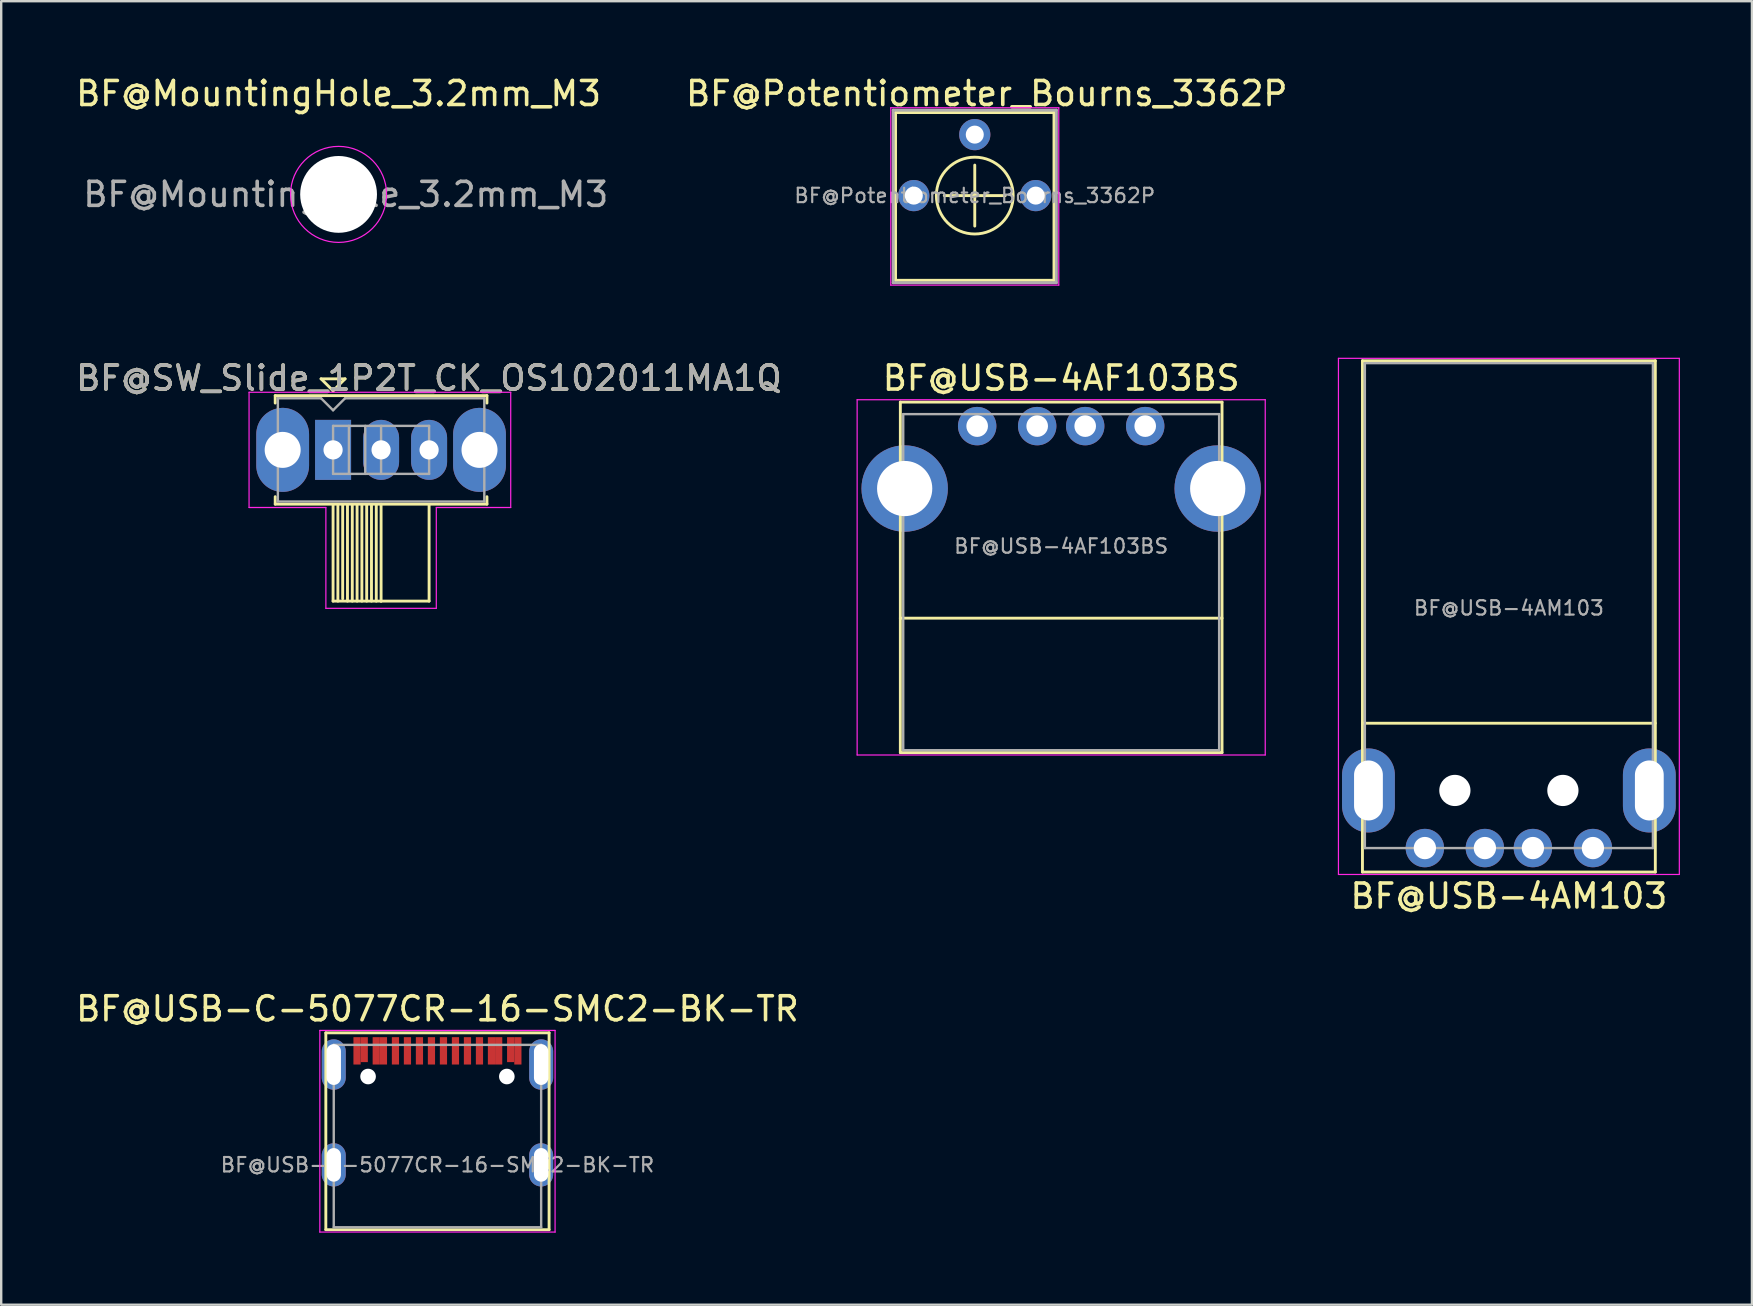
<source format=kicad_pcb>
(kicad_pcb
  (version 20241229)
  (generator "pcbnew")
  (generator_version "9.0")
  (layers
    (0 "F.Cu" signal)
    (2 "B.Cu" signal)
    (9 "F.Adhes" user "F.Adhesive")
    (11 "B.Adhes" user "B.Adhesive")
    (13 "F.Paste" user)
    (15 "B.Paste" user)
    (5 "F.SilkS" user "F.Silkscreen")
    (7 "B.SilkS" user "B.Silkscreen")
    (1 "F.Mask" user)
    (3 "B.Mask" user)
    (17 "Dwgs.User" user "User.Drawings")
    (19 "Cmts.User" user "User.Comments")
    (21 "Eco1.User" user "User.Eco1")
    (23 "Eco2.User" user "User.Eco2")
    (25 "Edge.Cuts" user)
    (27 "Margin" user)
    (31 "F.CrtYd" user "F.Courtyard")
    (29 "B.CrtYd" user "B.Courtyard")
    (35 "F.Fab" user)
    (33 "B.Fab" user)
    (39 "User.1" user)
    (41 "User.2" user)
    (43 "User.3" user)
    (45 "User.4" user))
  (footprint "BF@USB-4AF103BS"
    (layer "F.Cu")
    (at 41.156 14.701)
    (property "Reference" "BF@USB-4AF103BS" (at 0 -2 180) (layer "F.SilkS") (effects (font (size 1 1) (thickness 0.15))))
    (attr through_hole)
    (fp_line (start -6.7 -1) (end -6.7 13.6) (stroke (width 0.12) (type solid)) (layer "F.SilkS"))
    (fp_line (start -6.7 -1) (end 6.7 -1) (stroke (width 0.12) (type solid)) (layer "F.SilkS"))
    (fp_line (start -6.7 8) (end 6.7 8) (stroke (width 0.12) (type solid)) (layer "F.SilkS"))
    (fp_line (start -6.7 13.6) (end 6.7 13.6) (stroke (width 0.12) (type solid)) (layer "F.SilkS"))
    (fp_line (start 6.7 -1) (end 6.7 13.6) (stroke (width 0.12) (type solid)) (layer "F.SilkS"))
    (fp_line (start -8.5 -1.1) (end -8.5 13.7) (stroke (width 0.05) (type solid)) (layer "F.CrtYd"))
    (fp_line (start -8.5 -1.1) (end 8.5 -1.1) (stroke (width 0.05) (type solid)) (layer "F.CrtYd"))
    (fp_line (start -8.5 13.7) (end 8.5 13.7) (stroke (width 0.05) (type solid)) (layer "F.CrtYd"))
    (fp_line (start 8.5 -1.1) (end 8.5 13.7) (stroke (width 0.05) (type solid)) (layer "F.CrtYd"))
    (fp_line (start -6.58 -0.5) (end -6.58 13.5) (stroke (width 0.1) (type solid)) (layer "F.Fab"))
    (fp_line (start -6.58 -0.5) (end 6.58 -0.5) (stroke (width 0.1) (type solid)) (layer "F.Fab"))
    (fp_line (start -6.58 13.5) (end 6.58 13.5) (stroke (width 0.1) (type solid)) (layer "F.Fab"))
    (fp_line (start 6.58 -0.5) (end 6.58 13.5) (stroke (width 0.1) (type solid)) (layer "F.Fab"))
    (fp_text user "${REFERENCE}" (at 0 5 180) (layer "F.Fab") (effects (font (size 0.6 0.6) (thickness 0.09))))
    (pad "1" thru_hole circle (at -3.5 0) (size 1.6 1.6) (drill 0.9) (layers "*.Cu" "*.Mask"))
    (pad "2" thru_hole circle (at -1 0) (size 1.6 1.6) (drill 0.9) (layers "*.Cu" "*.Mask"))
    (pad "3" thru_hole circle (at 1 0) (size 1.6 1.6) (drill 0.9) (layers "*.Cu" "*.Mask"))
    (pad "4" thru_hole circle (at 3.5 0) (size 1.6 1.6) (drill 0.9) (layers "*.Cu" "*.Mask"))
    (pad "5" thru_hole circle (at -6.52 2.6) (size 3.6 3.6) (drill 2.3) (layers "*.Cu" "*.Mask"))
    (pad "5" thru_hole circle (at 6.52 2.6) (size 3.6 3.6) (drill 2.3) (layers "*.Cu" "*.Mask")))
  (footprint "BF@MountingHole_3.2mm_M3"
    (layer "F.Cu")
    (at 11.054 5.048)
    (property "Reference" "BF@MountingHole_3.2mm_M3" (at 0 -4.2 0) (layer "F.SilkS") (effects (font (size 1 1) (thickness 0.15))))
    (attr exclude_from_pos_files exclude_from_bom)
    (fp_circle (center 0 0) (end 2 0) (stroke (width 0.05) (type solid)) (fill no) (layer "F.CrtYd"))
    (fp_text user "${REFERENCE}" (at 0.3 0 0) (layer "F.Fab") (effects (font (size 1 1) (thickness 0.15))))
    (pad "" np_thru_hole circle (at 0 0) (size 3.2 3.2) (drill 3.2) (layers "*.Cu" "*.Mask")))
  (footprint "BF@USB-C-5077CR-16-SMC2-BK-TR"
    (layer "F.Cu")
    (at 15.173 45.475)
    (property "Reference" "BF@USB-C-5077CR-16-SMC2-BK-TR" (at 0 -6.5 0) (layer "F.SilkS") (effects (font (size 1 1) (thickness 0.15))))
    (attr through_hole)
    (fp_line (start -4.65 -5.5) (end 4.65 -5.5) (stroke (width 0.12) (type solid)) (layer "F.SilkS"))
    (fp_line (start -4.65 2.7) (end -4.65 -5.5) (stroke (width 0.12) (type solid)) (layer "F.SilkS"))
    (fp_line (start 4.65 -5.5) (end 4.65 2.7) (stroke (width 0.12) (type solid)) (layer "F.SilkS"))
    (fp_line (start 4.65 2.7) (end -4.65 2.7) (stroke (width 0.12) (type solid)) (layer "F.SilkS"))
    (fp_line (start -4.9 -5.6) (end -4.9 2.8) (stroke (width 0.05) (type solid)) (layer "F.CrtYd"))
    (fp_line (start -4.9 -5.6) (end 4.9 -5.6) (stroke (width 0.05) (type solid)) (layer "F.CrtYd"))
    (fp_line (start 4.9 -5.6) (end 4.9 2.8) (stroke (width 0.05) (type solid)) (layer "F.CrtYd"))
    (fp_line (start 4.9 2.8) (end -4.9 2.8) (stroke (width 0.05) (type solid)) (layer "F.CrtYd"))
    (fp_line (start -4.32 -5) (end -4.32 2.6) (stroke (width 0.1) (type solid)) (layer "F.Fab"))
    (fp_line (start -4.32 -5) (end 4.32 -5) (stroke (width 0.1) (type solid)) (layer "F.Fab"))
    (fp_line (start 4.32 -5) (end 4.32 2.6) (stroke (width 0.1) (type solid)) (layer "F.Fab"))
    (fp_line (start 4.32 2.6) (end -4.32 2.6) (stroke (width 0.1) (type solid)) (layer "F.Fab"))
    (fp_text user "${REFERENCE}" (at 0 0 0) (layer "F.Fab") (effects (font (size 0.6 0.6) (thickness 0.09))))
    (pad "" np_thru_hole circle (at -2.89 -3.68) (size 0.65 0.65) (drill 0.65) (layers "*.Cu" "*.Mask"))
    (pad "" np_thru_hole circle (at 2.89 -3.68) (size 0.65 0.65) (drill 0.65) (layers "*.Cu" "*.Mask"))
    (pad "A1" smd rect (at -3.35 -4.75) (size 0.3 1.14) (layers "F.Cu" "F.Mask" "F.Paste"))
    (pad "A4" smd rect (at -2.55 -4.75) (size 0.3 1.14) (layers "F.Cu" "F.Mask" "F.Paste"))
    (pad "A5" smd rect (at -1.25 -4.75) (size 0.3 1.14) (layers "F.Cu" "F.Mask" "F.Paste"))
    (pad "A6" smd rect (at -0.25 -4.75) (size 0.3 1.14) (layers "F.Cu" "F.Mask" "F.Paste"))
    (pad "A7" smd rect (at 0.25 -4.75) (size 0.3 1.14) (layers "F.Cu" "F.Mask" "F.Paste"))
    (pad "A8" smd rect (at 1.25 -4.75) (size 0.3 1.14) (layers "F.Cu" "F.Mask" "F.Paste"))
    (pad "A9" smd rect (at 2.55 -4.75) (size 0.3 1.14) (layers "F.Cu" "F.Mask" "F.Paste"))
    (pad "A12" smd rect (at 3.35 -4.75) (size 0.3 1.14) (layers "F.Cu" "F.Mask" "F.Paste"))
    (pad "B1" smd rect (at 3.05 -4.8) (size 0.3 1.04) (layers "F.Cu" "F.Mask" "F.Paste"))
    (pad "B4" smd rect (at 2.25 -4.75) (size 0.3 1.14) (layers "F.Cu" "F.Mask" "F.Paste"))
    (pad "B5" smd rect (at 1.75 -4.75) (size 0.3 1.14) (layers "F.Cu" "F.Mask" "F.Paste"))
    (pad "B6" smd rect (at 0.75 -4.75) (size 0.3 1.14) (layers "F.Cu" "F.Mask" "F.Paste"))
    (pad "B7" smd rect (at -0.75 -4.75) (size 0.3 1.14) (layers "F.Cu" "F.Mask" "F.Paste"))
    (pad "B8" smd rect (at -1.75 -4.75) (size 0.3 1.14) (layers "F.Cu" "F.Mask" "F.Paste"))
    (pad "B9" smd rect (at -2.25 -4.75) (size 0.3 1.14) (layers "F.Cu" "F.Mask" "F.Paste"))
    (pad "B12" smd rect (at -3.05 -4.8) (size 0.3 1.04) (layers "F.Cu" "F.Mask" "F.Paste"))
    (pad "S1" thru_hole oval (at -4.32 -4.18) (size 1 2.1) (drill oval 0.6 1.7) (layers "*.Cu" "*.Mask"))
    (pad "S1" thru_hole oval (at -4.32 0) (size 1 1.8) (drill oval 0.6 1.4) (layers "*.Cu" "*.Mask"))
    (pad "S1" thru_hole oval (at 4.32 -4.18) (size 1 2.1) (drill oval 0.6 1.7) (layers "*.Cu" "*.Mask"))
    (pad "S1" thru_hole oval (at 4.32 0) (size 1 1.8) (drill oval 0.6 1.4) (layers "*.Cu" "*.Mask")))
  (footprint "BF@USB-4AM103"
    (layer "F.Cu")
    (at 59.806 32.278)
    (property "Reference" "BF@USB-4AM103" (at 0 2 180) (layer "F.SilkS") (effects (font (size 1 1) (thickness 0.15))))
    (attr through_hole)
    (fp_line (start -6.1 -20.3) (end -6.1 1) (stroke (width 0.12) (type solid)) (layer "F.SilkS"))
    (fp_line (start -6.1 -20.3) (end 6.1 -20.3) (stroke (width 0.12) (type solid)) (layer "F.SilkS"))
    (fp_line (start -6.1 -5.2) (end 6.1 -5.2) (stroke (width 0.12) (type solid)) (layer "F.SilkS"))
    (fp_line (start -6.1 1) (end 6.1 1) (stroke (width 0.12) (type solid)) (layer "F.SilkS"))
    (fp_line (start 6.1 -20.3) (end 6.1 1) (stroke (width 0.12) (type solid)) (layer "F.SilkS"))
    (fp_line (start -7.1 -20.4) (end -7.1 1.1) (stroke (width 0.05) (type solid)) (layer "F.CrtYd"))
    (fp_line (start -7.1 -20.4) (end 7.1 -20.4) (stroke (width 0.05) (type solid)) (layer "F.CrtYd"))
    (fp_line (start -7.1 1.1) (end 7.1 1.1) (stroke (width 0.05) (type solid)) (layer "F.CrtYd"))
    (fp_line (start 7.1 -20.4) (end 7.1 1.1) (stroke (width 0.05) (type solid)) (layer "F.CrtYd"))
    (fp_line (start -6 -20.2) (end -6 0) (stroke (width 0.1) (type solid)) (layer "F.Fab"))
    (fp_line (start -6 -20.2) (end 6 -20.2) (stroke (width 0.1) (type solid)) (layer "F.Fab"))
    (fp_line (start -6 0) (end 6 0) (stroke (width 0.1) (type solid)) (layer "F.Fab"))
    (fp_line (start 6 -20.2) (end 6 0) (stroke (width 0.1) (type solid)) (layer "F.Fab"))
    (fp_text user "${REFERENCE}" (at 0 -10 180) (layer "F.Fab") (effects (font (size 0.6 0.6) (thickness 0.09))))
    (pad "" np_thru_hole circle (at -2.25 -2.4) (size 1.3 1.3) (drill 1.3) (layers "*.Cu" "*.Mask"))
    (pad "" np_thru_hole circle (at 2.25 -2.4) (size 1.3 1.3) (drill 1.3) (layers "*.Cu" "*.Mask"))
    (pad "1" thru_hole circle (at -3.5 0) (size 1.6 1.6) (drill 0.93) (layers "*.Cu" "*.Mask"))
    (pad "2" thru_hole circle (at -1 0) (size 1.6 1.6) (drill 0.93) (layers "*.Cu" "*.Mask"))
    (pad "3" thru_hole circle (at 1 0) (size 1.6 1.6) (drill 0.93) (layers "*.Cu" "*.Mask"))
    (pad "4" thru_hole circle (at 3.5 0) (size 1.6 1.6) (drill 0.93) (layers "*.Cu" "*.Mask"))
    (pad "5" thru_hole oval (at -5.85 -2.4) (size 2.2 3.5) (drill oval 1.2 2.5) (layers "*.Cu" "*.Mask"))
    (pad "5" thru_hole oval (at 5.85 -2.4) (size 2.2 3.5) (drill oval 1.2 2.5) (layers "*.Cu" "*.Mask")))
  (footprint "BF@Potentiometer_Bourns_3362P"
    (layer "F.Cu")
    (at 37.556 5.098)
    (property "Reference" "BF@Potentiometer_Bourns_3362P" (at 0.5 -4.25 0) (layer "F.SilkS") (effects (font (size 1 1) (thickness 0.15))))
    (attr through_hole)
    (fp_line (start -3.3 -3.46) (end -3.3 3.53) (stroke (width 0.12) (type solid)) (layer "F.SilkS"))
    (fp_line (start -3.3 -3.46) (end 3.3 -3.46) (stroke (width 0.12) (type solid)) (layer "F.SilkS"))
    (fp_line (start -1.27 0) (end 1.27 0) (stroke (width 0.12) (type solid)) (layer "F.SilkS"))
    (fp_line (start 0 -1.27) (end 0 1.27) (stroke (width 0.12) (type solid)) (layer "F.SilkS"))
    (fp_line (start 3.3 3.53) (end -3.3 3.53) (stroke (width 0.12) (type solid)) (layer "F.SilkS"))
    (fp_line (start 3.3 3.53) (end 3.3 -3.46) (stroke (width 0.12) (type solid)) (layer "F.SilkS"))
    (fp_circle (center 0 0) (end 1.6 0) (stroke (width 0.12) (type solid)) (fill no) (layer "F.SilkS"))
    (fp_line (start -3.5 -3.66) (end 3.5 -3.66) (stroke (width 0.05) (type solid)) (layer "F.CrtYd"))
    (fp_line (start -3.5 3.73) (end -3.5 -3.66) (stroke (width 0.05) (type solid)) (layer "F.CrtYd"))
    (fp_line (start 3.5 -3.66) (end 3.5 3.73) (stroke (width 0.05) (type solid)) (layer "F.CrtYd"))
    (fp_line (start 3.5 3.73) (end -3.5 3.73) (stroke (width 0.05) (type solid)) (layer "F.CrtYd"))
    (fp_line (start -3.4 -3.56) (end 3.4 -3.56) (stroke (width 0.12) (type solid)) (layer "F.Fab"))
    (fp_line (start -3.4 3.63) (end -3.4 -3.56) (stroke (width 0.12) (type solid)) (layer "F.Fab"))
    (fp_line (start 3.4 -3.56) (end 3.4 3.63) (stroke (width 0.12) (type solid)) (layer "F.Fab"))
    (fp_line (start 3.4 3.63) (end -3.4 3.63) (stroke (width 0.12) (type solid)) (layer "F.Fab"))
    (fp_text user "${REFERENCE}" (at 0 0 0) (layer "F.Fab") (effects (font (size 0.6 0.6) (thickness 0.09))))
    (pad "1" thru_hole circle (at -2.54 0) (size 1.3 1.3) (drill 0.75) (layers "*.Cu" "*.Mask"))
    (pad "2" thru_hole circle (at 0 -2.54 90) (size 1.3 1.3) (drill 0.75) (layers "*.Cu" "*.Mask"))
    (pad "3" thru_hole circle (at 2.54 0) (size 1.3 1.3) (drill 0.75) (layers "*.Cu" "*.Mask")))
  (footprint "BF@SW_Slide_1P2T_CK_OS102011MA1Q"
    (layer "F.Cu")
    (at 10.825 15.691)
    (property "Reference" "BF@SW_Slide_1P2T_CK_OS102011MA1Q" (at 3.99 -2.99 0) (layer "F.SilkS") (effects (font (size 1 1) (thickness 0.15))))
    (attr through_hole)
    (fp_line (start -2.41 -2.26) (end 6.41 -2.26) (stroke (width 0.12) (type solid)) (layer "F.SilkS"))
    (fp_line (start -2.41 -1.95) (end -2.41 -2.26) (stroke (width 0.12) (type solid)) (layer "F.SilkS"))
    (fp_line (start -2.41 2.26) (end -2.41 1.95) (stroke (width 0.12) (type solid)) (layer "F.SilkS"))
    (fp_line (start -0.5 -2.96) (end 0 -2.46) (stroke (width 0.12) (type solid)) (layer "F.SilkS"))
    (fp_line (start 0 -2.46) (end 0.5 -2.96) (stroke (width 0.12) (type solid)) (layer "F.SilkS"))
    (fp_line (start 0 2.3) (end 0 6.3) (stroke (width 0.12) (type solid)) (layer "F.SilkS"))
    (fp_line (start 0 6.3) (end 2 6.3) (stroke (width 0.12) (type solid)) (layer "F.SilkS"))
    (fp_line (start 0.2 6.3) (end 0.2 2.3) (stroke (width 0.12) (type solid)) (layer "F.SilkS"))
    (fp_line (start 0.4 6.2) (end 0.4 2.3) (stroke (width 0.12) (type solid)) (layer "F.SilkS"))
    (fp_line (start 0.5 -2.96) (end -0.5 -2.96) (stroke (width 0.12) (type solid)) (layer "F.SilkS"))
    (fp_line (start 0.6 6.3) (end 0.6 2.3) (stroke (width 0.12) (type solid)) (layer "F.SilkS"))
    (fp_line (start 0.8 6.3) (end 0.8 2.3) (stroke (width 0.12) (type solid)) (layer "F.SilkS"))
    (fp_line (start 1 6.3) (end 1 2.3) (stroke (width 0.12) (type solid)) (layer "F.SilkS"))
    (fp_line (start 1.2 6.3) (end 1.2 2.3) (stroke (width 0.12) (type solid)) (layer "F.SilkS"))
    (fp_line (start 1.4 6.3) (end 1.4 2.3) (stroke (width 0.12) (type solid)) (layer "F.SilkS"))
    (fp_line (start 1.6 6.3) (end 1.6 2.3) (stroke (width 0.12) (type solid)) (layer "F.SilkS"))
    (fp_line (start 1.8 6.3) (end 1.8 2.3) (stroke (width 0.12) (type solid)) (layer "F.SilkS"))
    (fp_line (start 2 6.3) (end 2 2.26) (stroke (width 0.12) (type solid)) (layer "F.SilkS"))
    (fp_line (start 2 6.3) (end 4 6.3) (stroke (width 0.12) (type solid)) (layer "F.SilkS"))
    (fp_line (start 4 6.3) (end 4 2.3) (stroke (width 0.12) (type solid)) (layer "F.SilkS"))
    (fp_line (start 6.41 -2.26) (end 6.41 -1.95) (stroke (width 0.12) (type solid)) (layer "F.SilkS"))
    (fp_line (start 6.41 2.26) (end -2.41 2.26) (stroke (width 0.12) (type solid)) (layer "F.SilkS"))
    (fp_line (start 6.41 2.26) (end 6.41 1.95) (stroke (width 0.12) (type solid)) (layer "F.SilkS"))
    (fp_line (start -3.5 -2.4) (end -3.5 2.4) (stroke (width 0.05) (type solid)) (layer "F.CrtYd"))
    (fp_line (start -3.5 2.4) (end -0.3 2.4) (stroke (width 0.05) (type solid)) (layer "F.CrtYd"))
    (fp_line (start -0.3 2.4) (end -0.3 6.6) (stroke (width 0.05) (type solid)) (layer "F.CrtYd"))
    (fp_line (start -0.3 6.6) (end 4.3 6.6) (stroke (width 0.05) (type solid)) (layer "F.CrtYd"))
    (fp_line (start 4.3 2.4) (end 7.4 2.4) (stroke (width 0.05) (type solid)) (layer "F.CrtYd"))
    (fp_line (start 4.3 6.6) (end 4.3 2.4) (stroke (width 0.05) (type solid)) (layer "F.CrtYd"))
    (fp_line (start 7.4 -2.4) (end -3.5 -2.4) (stroke (width 0.05) (type solid)) (layer "F.CrtYd"))
    (fp_line (start 7.4 2.4) (end 7.4 -2.4) (stroke (width 0.05) (type solid)) (layer "F.CrtYd"))
    (fp_line (start -2.3 -2.15) (end -0.5 -2.15) (stroke (width 0.1) (type solid)) (layer "F.Fab"))
    (fp_line (start -2.3 2.15) (end -2.3 -2.15) (stroke (width 0.1) (type solid)) (layer "F.Fab"))
    (fp_line (start -0.5 -2.15) (end 0 -1.65) (stroke (width 0.1) (type solid)) (layer "F.Fab"))
    (fp_line (start 0 -1.65) (end 0.5 -2.15) (stroke (width 0.1) (type solid)) (layer "F.Fab"))
    (fp_line (start 0 -1) (end 0 1) (stroke (width 0.1) (type solid)) (layer "F.Fab"))
    (fp_line (start 0 -1) (end 4 -1) (stroke (width 0.1) (type solid)) (layer "F.Fab"))
    (fp_line (start 0 1) (end 4 1) (stroke (width 0.1) (type solid)) (layer "F.Fab"))
    (fp_line (start 0.5 -2.15) (end 6.3 -2.15) (stroke (width 0.1) (type solid)) (layer "F.Fab"))
    (fp_line (start 0.66 -1) (end 0.66 1) (stroke (width 0.1) (type solid)) (layer "F.Fab"))
    (fp_line (start 1.34 -1) (end 1.34 1) (stroke (width 0.1) (type solid)) (layer "F.Fab"))
    (fp_line (start 2 -1) (end 2 1) (stroke (width 0.1) (type solid)) (layer "F.Fab"))
    (fp_line (start 4 -1) (end 4 1) (stroke (width 0.1) (type solid)) (layer "F.Fab"))
    (fp_line (start 6.3 -2.15) (end 6.3 2.15) (stroke (width 0.1) (type solid)) (layer "F.Fab"))
    (fp_line (start 6.3 2.15) (end -2.3 2.15) (stroke (width 0.1) (type solid)) (layer "F.Fab"))
    (fp_text user "${REFERENCE}" (at 3.99 -2.99 0) (layer "F.Fab") (effects (font (size 1 1) (thickness 0.15))))
    (pad "" thru_hole oval (at -2.1 0) (size 2.2 3.5) (drill 1.5) (layers "*.Cu" "*.Mask"))
    (pad "" thru_hole oval (at 6.1 0) (size 2.2 3.5) (drill 1.5) (layers "*.Cu" "*.Mask"))
    (pad "1" thru_hole rect (at 0 0) (size 1.5 2.5) (drill 0.8) (layers "*.Cu" "*.Mask"))
    (pad "2" thru_hole oval (at 2 0) (size 1.5 2.5) (drill 0.8) (layers "*.Cu" "*.Mask"))
    (pad "3" thru_hole oval (at 4 0) (size 1.5 2.5) (drill 0.8) (layers "*.Cu" "*.Mask")))
  (gr_rect
    (start -3 -3)
    (end 69.931 51.3)
    (stroke (width 0.1) (type default))
    (fill no)
    (layer "Edge.Cuts")))
</source>
